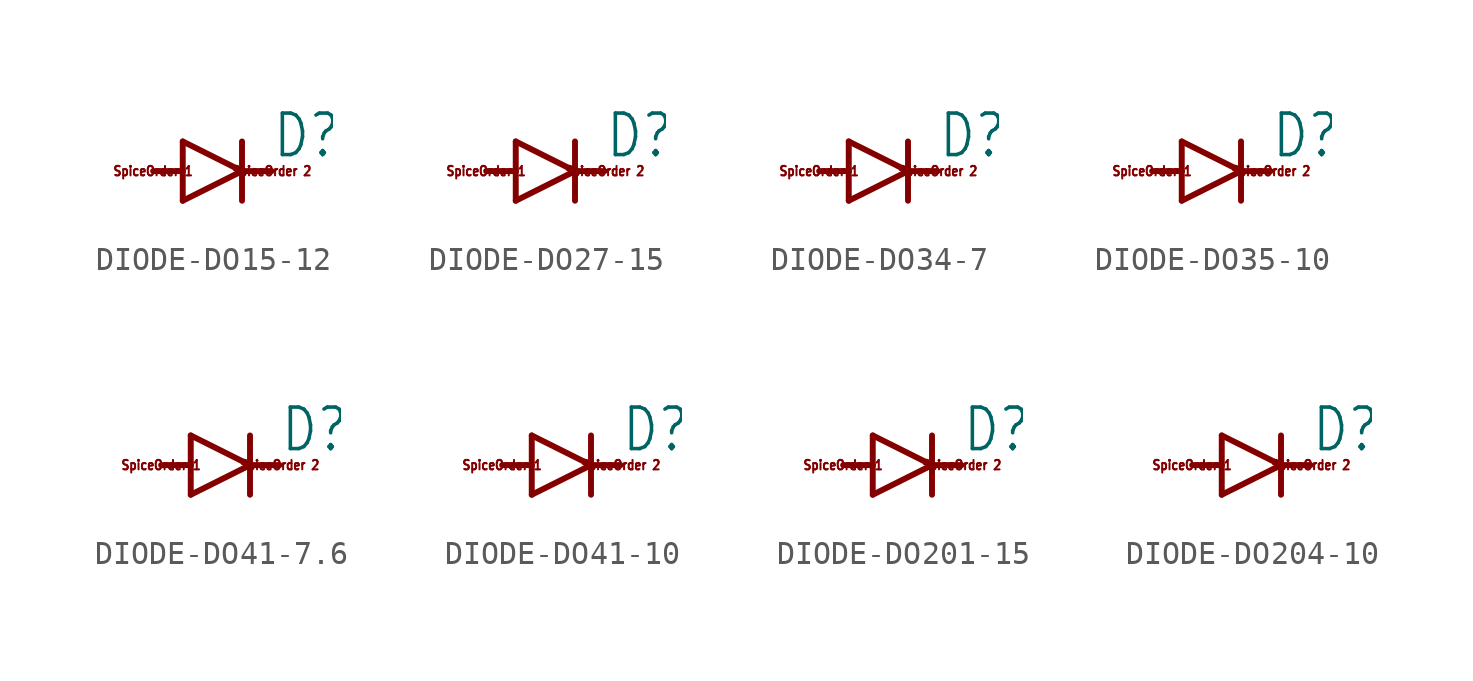
<source format=kicad_sym>
(kicad_symbol_lib
  (version 20241209)
  (generator "kicad_symbol_editor")
  (generator_version "9.0")
  (symbol "DIODE-DO15-12"
    (property "Reference" "D"
      (at 2.54 0.483 0)
      (effects (font (size 1.778 1.511)) (justify left bottom)))
    (property "Value" ""
      (at 2.54 -2.311 0)
      (effects (font (size 1.778 1.511)) (justify left bottom)))
    (property "ki_locked" ""
      (at 0 0 0)
      (effects (font (size 1.27 1.27))))
    (symbol "DIODE-DO15-12_1_0"
      (polyline (pts (xy -1.27 1.27) (xy -1.27 0)) (stroke (width 0.254) (type solid)) (fill (type none)))
      (polyline (pts (xy -1.27 0) (xy -2.54 0)) (stroke (width 0.254) (type solid)) (fill (type none)))
      (polyline (pts (xy -1.27 0) (xy -1.27 -1.27)) (stroke (width 0.254) (type solid)) (fill (type none)))
      (polyline (pts (xy -1.27 -1.27) (xy 1.27 0)) (stroke (width 0.254) (type solid)) (fill (type none)))
      (polyline (pts (xy 1.27 1.27) (xy 1.27 0)) (stroke (width 0.254) (type solid)) (fill (type none)))
      (polyline (pts (xy 1.27 0) (xy -1.27 1.27)) (stroke (width 0.254) (type solid)) (fill (type none)))
      (polyline (pts (xy 1.27 0) (xy 1.27 -1.27)) (stroke (width 0.254) (type solid)) (fill (type none)))
      (polyline (pts (xy 2.54 0) (xy 1.27 0)) (stroke (width 0.254) (type solid)) (fill (type none)))
      (text "SpiceOrder 1" (at -2.54 0 0) (effects (font (size 0.406 0.345))))
      (text "SpiceOrder 2" (at 2.54 0 0) (effects (font (size 0.406 0.345))))
      (pin passive line (at -2.54 0 0) (length 0) (name "A" (effects (font (size 0 0)))) (number "A" (effects (font (size 0 0)))))
      (pin passive line (at 2.54 0 180) (length 0) (name "C" (effects (font (size 0 0)))) (number "C" (effects (font (size 0 0)))))))
  (symbol "DIODE-DO27-15"
    (property "Reference" "D"
      (at 2.54 0.483 0)
      (effects (font (size 1.778 1.511)) (justify left bottom)))
    (property "Value" ""
      (at 2.54 -2.311 0)
      (effects (font (size 1.778 1.511)) (justify left bottom)))
    (property "ki_locked" ""
      (at 0 0 0)
      (effects (font (size 1.27 1.27))))
    (symbol "DIODE-DO27-15_1_0"
      (polyline (pts (xy -1.27 1.27) (xy -1.27 0)) (stroke (width 0.254) (type solid)) (fill (type none)))
      (polyline (pts (xy -1.27 0) (xy -2.54 0)) (stroke (width 0.254) (type solid)) (fill (type none)))
      (polyline (pts (xy -1.27 0) (xy -1.27 -1.27)) (stroke (width 0.254) (type solid)) (fill (type none)))
      (polyline (pts (xy -1.27 -1.27) (xy 1.27 0)) (stroke (width 0.254) (type solid)) (fill (type none)))
      (polyline (pts (xy 1.27 1.27) (xy 1.27 0)) (stroke (width 0.254) (type solid)) (fill (type none)))
      (polyline (pts (xy 1.27 0) (xy -1.27 1.27)) (stroke (width 0.254) (type solid)) (fill (type none)))
      (polyline (pts (xy 1.27 0) (xy 1.27 -1.27)) (stroke (width 0.254) (type solid)) (fill (type none)))
      (polyline (pts (xy 2.54 0) (xy 1.27 0)) (stroke (width 0.254) (type solid)) (fill (type none)))
      (text "SpiceOrder 1" (at -2.54 0 0) (effects (font (size 0.406 0.345))))
      (text "SpiceOrder 2" (at 2.54 0 0) (effects (font (size 0.406 0.345))))
      (pin passive line (at -2.54 0 0) (length 0) (name "A" (effects (font (size 0 0)))) (number "A" (effects (font (size 0 0)))))
      (pin passive line (at 2.54 0 180) (length 0) (name "C" (effects (font (size 0 0)))) (number "C" (effects (font (size 0 0)))))))
  (symbol "DIODE-DO34-7"
    (property "Reference" "D"
      (at 2.54 0.483 0)
      (effects (font (size 1.778 1.511)) (justify left bottom)))
    (property "Value" ""
      (at 2.54 -2.311 0)
      (effects (font (size 1.778 1.511)) (justify left bottom)))
    (property "ki_locked" ""
      (at 0 0 0)
      (effects (font (size 1.27 1.27))))
    (symbol "DIODE-DO34-7_1_0"
      (polyline (pts (xy -1.27 1.27) (xy -1.27 0)) (stroke (width 0.254) (type solid)) (fill (type none)))
      (polyline (pts (xy -1.27 0) (xy -2.54 0)) (stroke (width 0.254) (type solid)) (fill (type none)))
      (polyline (pts (xy -1.27 0) (xy -1.27 -1.27)) (stroke (width 0.254) (type solid)) (fill (type none)))
      (polyline (pts (xy -1.27 -1.27) (xy 1.27 0)) (stroke (width 0.254) (type solid)) (fill (type none)))
      (polyline (pts (xy 1.27 1.27) (xy 1.27 0)) (stroke (width 0.254) (type solid)) (fill (type none)))
      (polyline (pts (xy 1.27 0) (xy -1.27 1.27)) (stroke (width 0.254) (type solid)) (fill (type none)))
      (polyline (pts (xy 1.27 0) (xy 1.27 -1.27)) (stroke (width 0.254) (type solid)) (fill (type none)))
      (polyline (pts (xy 2.54 0) (xy 1.27 0)) (stroke (width 0.254) (type solid)) (fill (type none)))
      (text "SpiceOrder 1" (at -2.54 0 0) (effects (font (size 0.406 0.345))))
      (text "SpiceOrder 2" (at 2.54 0 0) (effects (font (size 0.406 0.345))))
      (pin passive line (at -2.54 0 0) (length 0) (name "A" (effects (font (size 0 0)))) (number "A" (effects (font (size 0 0)))))
      (pin passive line (at 2.54 0 180) (length 0) (name "C" (effects (font (size 0 0)))) (number "C" (effects (font (size 0 0)))))))
  (symbol "DIODE-DO35-10"
    (property "Reference" "D"
      (at 2.54 0.483 0)
      (effects (font (size 1.778 1.511)) (justify left bottom)))
    (property "Value" ""
      (at 2.54 -2.311 0)
      (effects (font (size 1.778 1.511)) (justify left bottom)))
    (property "ki_locked" ""
      (at 0 0 0)
      (effects (font (size 1.27 1.27))))
    (symbol "DIODE-DO35-10_1_0"
      (polyline (pts (xy -1.27 1.27) (xy -1.27 0)) (stroke (width 0.254) (type solid)) (fill (type none)))
      (polyline (pts (xy -1.27 0) (xy -2.54 0)) (stroke (width 0.254) (type solid)) (fill (type none)))
      (polyline (pts (xy -1.27 0) (xy -1.27 -1.27)) (stroke (width 0.254) (type solid)) (fill (type none)))
      (polyline (pts (xy -1.27 -1.27) (xy 1.27 0)) (stroke (width 0.254) (type solid)) (fill (type none)))
      (polyline (pts (xy 1.27 1.27) (xy 1.27 0)) (stroke (width 0.254) (type solid)) (fill (type none)))
      (polyline (pts (xy 1.27 0) (xy -1.27 1.27)) (stroke (width 0.254) (type solid)) (fill (type none)))
      (polyline (pts (xy 1.27 0) (xy 1.27 -1.27)) (stroke (width 0.254) (type solid)) (fill (type none)))
      (polyline (pts (xy 2.54 0) (xy 1.27 0)) (stroke (width 0.254) (type solid)) (fill (type none)))
      (text "SpiceOrder 1" (at -2.54 0 0) (effects (font (size 0.406 0.345))))
      (text "SpiceOrder 2" (at 2.54 0 0) (effects (font (size 0.406 0.345))))
      (pin passive line (at -2.54 0 0) (length 0) (name "A" (effects (font (size 0 0)))) (number "A" (effects (font (size 0 0)))))
      (pin passive line (at 2.54 0 180) (length 0) (name "C" (effects (font (size 0 0)))) (number "C" (effects (font (size 0 0)))))))
  (symbol "DIODE-DO41-7.6"
    (property "Reference" "D"
      (at 2.54 0.483 0)
      (effects (font (size 1.778 1.511)) (justify left bottom)))
    (property "Value" ""
      (at 2.54 -2.311 0)
      (effects (font (size 1.778 1.511)) (justify left bottom)))
    (property "ki_locked" ""
      (at 0 0 0)
      (effects (font (size 1.27 1.27))))
    (symbol "DIODE-DO41-7.6_1_0"
      (polyline (pts (xy -1.27 1.27) (xy -1.27 0)) (stroke (width 0.254) (type solid)) (fill (type none)))
      (polyline (pts (xy -1.27 0) (xy -2.54 0)) (stroke (width 0.254) (type solid)) (fill (type none)))
      (polyline (pts (xy -1.27 0) (xy -1.27 -1.27)) (stroke (width 0.254) (type solid)) (fill (type none)))
      (polyline (pts (xy -1.27 -1.27) (xy 1.27 0)) (stroke (width 0.254) (type solid)) (fill (type none)))
      (polyline (pts (xy 1.27 1.27) (xy 1.27 0)) (stroke (width 0.254) (type solid)) (fill (type none)))
      (polyline (pts (xy 1.27 0) (xy -1.27 1.27)) (stroke (width 0.254) (type solid)) (fill (type none)))
      (polyline (pts (xy 1.27 0) (xy 1.27 -1.27)) (stroke (width 0.254) (type solid)) (fill (type none)))
      (polyline (pts (xy 2.54 0) (xy 1.27 0)) (stroke (width 0.254) (type solid)) (fill (type none)))
      (text "SpiceOrder 1" (at -2.54 0 0) (effects (font (size 0.406 0.345))))
      (text "SpiceOrder 2" (at 2.54 0 0) (effects (font (size 0.406 0.345))))
      (pin passive line (at -2.54 0 0) (length 0) (name "A" (effects (font (size 0 0)))) (number "A" (effects (font (size 0 0)))))
      (pin passive line (at 2.54 0 180) (length 0) (name "C" (effects (font (size 0 0)))) (number "C" (effects (font (size 0 0)))))))
  (symbol "DIODE-DO41-10"
    (property "Reference" "D"
      (at 2.54 0.483 0)
      (effects (font (size 1.778 1.511)) (justify left bottom)))
    (property "Value" ""
      (at 2.54 -2.311 0)
      (effects (font (size 1.778 1.511)) (justify left bottom)))
    (property "ki_locked" ""
      (at 0 0 0)
      (effects (font (size 1.27 1.27))))
    (symbol "DIODE-DO41-10_1_0"
      (polyline (pts (xy -1.27 1.27) (xy -1.27 0)) (stroke (width 0.254) (type solid)) (fill (type none)))
      (polyline (pts (xy -1.27 0) (xy -2.54 0)) (stroke (width 0.254) (type solid)) (fill (type none)))
      (polyline (pts (xy -1.27 0) (xy -1.27 -1.27)) (stroke (width 0.254) (type solid)) (fill (type none)))
      (polyline (pts (xy -1.27 -1.27) (xy 1.27 0)) (stroke (width 0.254) (type solid)) (fill (type none)))
      (polyline (pts (xy 1.27 1.27) (xy 1.27 0)) (stroke (width 0.254) (type solid)) (fill (type none)))
      (polyline (pts (xy 1.27 0) (xy -1.27 1.27)) (stroke (width 0.254) (type solid)) (fill (type none)))
      (polyline (pts (xy 1.27 0) (xy 1.27 -1.27)) (stroke (width 0.254) (type solid)) (fill (type none)))
      (polyline (pts (xy 2.54 0) (xy 1.27 0)) (stroke (width 0.254) (type solid)) (fill (type none)))
      (text "SpiceOrder 1" (at -2.54 0 0) (effects (font (size 0.406 0.345))))
      (text "SpiceOrder 2" (at 2.54 0 0) (effects (font (size 0.406 0.345))))
      (pin passive line (at -2.54 0 0) (length 0) (name "A" (effects (font (size 0 0)))) (number "A" (effects (font (size 0 0)))))
      (pin passive line (at 2.54 0 180) (length 0) (name "C" (effects (font (size 0 0)))) (number "C" (effects (font (size 0 0)))))))
  (symbol "DIODE-DO201-15"
    (property "Reference" "D"
      (at 2.54 0.483 0)
      (effects (font (size 1.778 1.511)) (justify left bottom)))
    (property "Value" ""
      (at 2.54 -2.311 0)
      (effects (font (size 1.778 1.511)) (justify left bottom)))
    (property "ki_locked" ""
      (at 0 0 0)
      (effects (font (size 1.27 1.27))))
    (symbol "DIODE-DO201-15_1_0"
      (polyline (pts (xy -1.27 1.27) (xy -1.27 0)) (stroke (width 0.254) (type solid)) (fill (type none)))
      (polyline (pts (xy -1.27 0) (xy -2.54 0)) (stroke (width 0.254) (type solid)) (fill (type none)))
      (polyline (pts (xy -1.27 0) (xy -1.27 -1.27)) (stroke (width 0.254) (type solid)) (fill (type none)))
      (polyline (pts (xy -1.27 -1.27) (xy 1.27 0)) (stroke (width 0.254) (type solid)) (fill (type none)))
      (polyline (pts (xy 1.27 1.27) (xy 1.27 0)) (stroke (width 0.254) (type solid)) (fill (type none)))
      (polyline (pts (xy 1.27 0) (xy -1.27 1.27)) (stroke (width 0.254) (type solid)) (fill (type none)))
      (polyline (pts (xy 1.27 0) (xy 1.27 -1.27)) (stroke (width 0.254) (type solid)) (fill (type none)))
      (polyline (pts (xy 2.54 0) (xy 1.27 0)) (stroke (width 0.254) (type solid)) (fill (type none)))
      (text "SpiceOrder 1" (at -2.54 0 0) (effects (font (size 0.406 0.345))))
      (text "SpiceOrder 2" (at 2.54 0 0) (effects (font (size 0.406 0.345))))
      (pin passive line (at -2.54 0 0) (length 0) (name "A" (effects (font (size 0 0)))) (number "A" (effects (font (size 0 0)))))
      (pin passive line (at 2.54 0 180) (length 0) (name "C" (effects (font (size 0 0)))) (number "C" (effects (font (size 0 0)))))))
  (symbol "DIODE-DO204-10"
    (property "Reference" "D"
      (at 2.54 0.483 0)
      (effects (font (size 1.778 1.511)) (justify left bottom)))
    (property "Value" ""
      (at 2.54 -2.311 0)
      (effects (font (size 1.778 1.511)) (justify left bottom)))
    (property "ki_locked" ""
      (at 0 0 0)
      (effects (font (size 1.27 1.27))))
    (symbol "DIODE-DO204-10_1_0"
      (polyline (pts (xy -1.27 1.27) (xy -1.27 0)) (stroke (width 0.254) (type solid)) (fill (type none)))
      (polyline (pts (xy -1.27 0) (xy -2.54 0)) (stroke (width 0.254) (type solid)) (fill (type none)))
      (polyline (pts (xy -1.27 0) (xy -1.27 -1.27)) (stroke (width 0.254) (type solid)) (fill (type none)))
      (polyline (pts (xy -1.27 -1.27) (xy 1.27 0)) (stroke (width 0.254) (type solid)) (fill (type none)))
      (polyline (pts (xy 1.27 1.27) (xy 1.27 0)) (stroke (width 0.254) (type solid)) (fill (type none)))
      (polyline (pts (xy 1.27 0) (xy -1.27 1.27)) (stroke (width 0.254) (type solid)) (fill (type none)))
      (polyline (pts (xy 1.27 0) (xy 1.27 -1.27)) (stroke (width 0.254) (type solid)) (fill (type none)))
      (polyline (pts (xy 2.54 0) (xy 1.27 0)) (stroke (width 0.254) (type solid)) (fill (type none)))
      (text "SpiceOrder 1" (at -2.54 0 0) (effects (font (size 0.406 0.345))))
      (text "SpiceOrder 2" (at 2.54 0 0) (effects (font (size 0.406 0.345))))
      (pin passive line (at -2.54 0 0) (length 0) (name "A" (effects (font (size 0 0)))) (number "A" (effects (font (size 0 0)))))
      (pin passive line (at 2.54 0 180) (length 0) (name "C" (effects (font (size 0 0)))) (number "C" (effects (font (size 0 0))))))))
</source>
